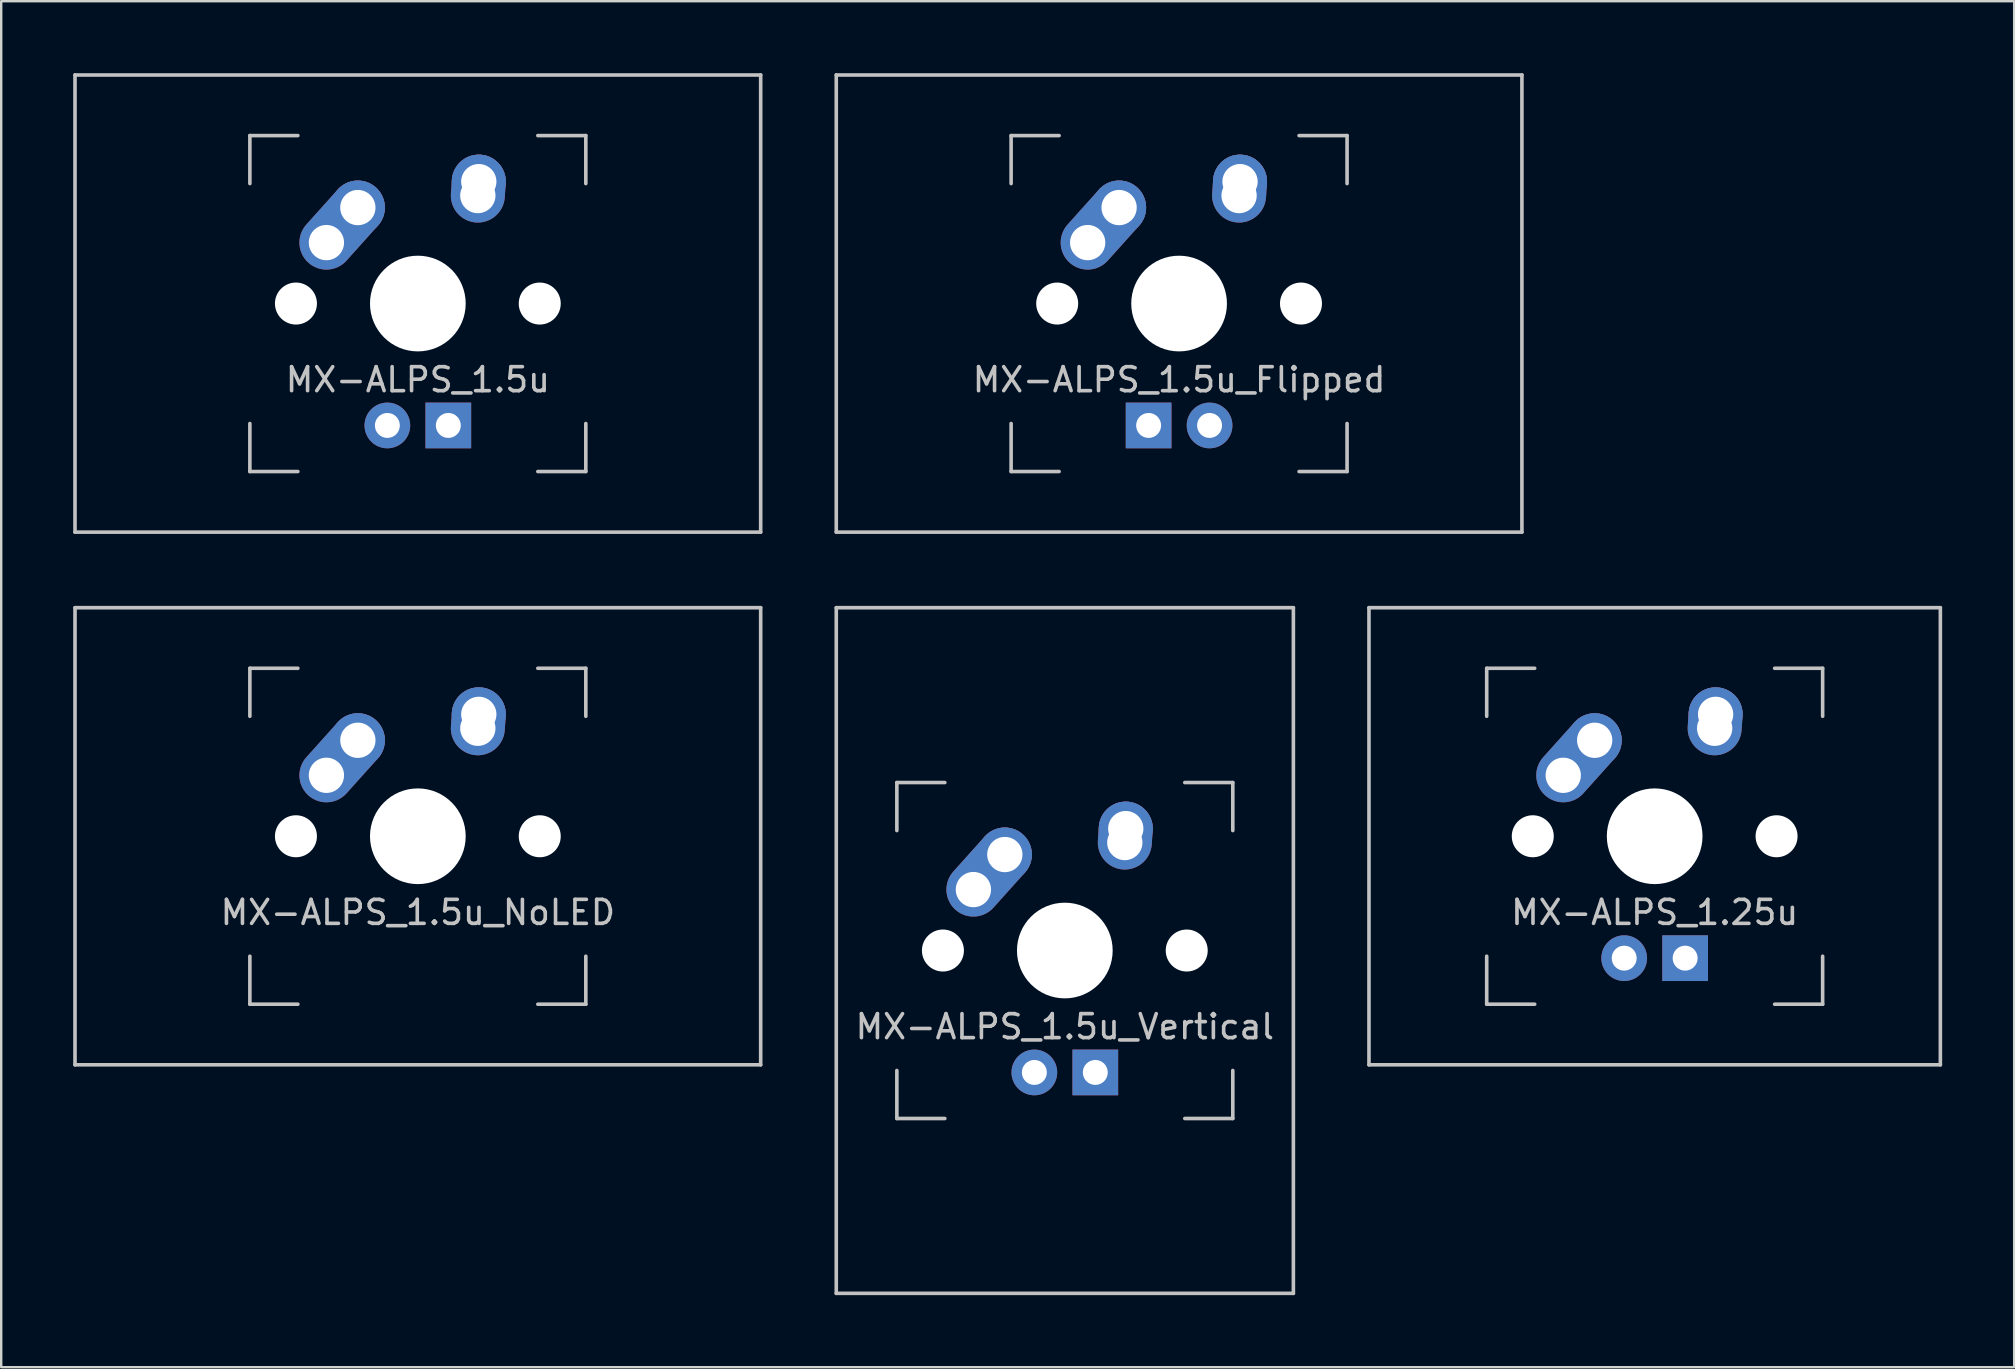
<source format=kicad_pcb>
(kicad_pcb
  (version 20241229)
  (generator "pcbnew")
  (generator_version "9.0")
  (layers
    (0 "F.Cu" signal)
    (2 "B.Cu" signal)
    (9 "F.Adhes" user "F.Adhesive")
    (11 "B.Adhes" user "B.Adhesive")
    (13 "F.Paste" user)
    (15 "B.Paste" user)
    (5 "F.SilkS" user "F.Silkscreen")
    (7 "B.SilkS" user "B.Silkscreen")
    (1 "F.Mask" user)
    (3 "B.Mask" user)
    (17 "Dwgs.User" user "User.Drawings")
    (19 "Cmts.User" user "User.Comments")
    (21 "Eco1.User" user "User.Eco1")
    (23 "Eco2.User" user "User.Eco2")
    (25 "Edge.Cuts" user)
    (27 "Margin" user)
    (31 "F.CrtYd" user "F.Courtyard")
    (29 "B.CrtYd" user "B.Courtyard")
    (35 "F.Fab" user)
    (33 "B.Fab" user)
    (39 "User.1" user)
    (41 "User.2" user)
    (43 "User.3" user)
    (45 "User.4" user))
  (footprint "MX-ALPS_1.5u_Flipped"
    (layer "F.Cu")
    (at 46.087 9.6)
    (property "Reference" "MX-ALPS_1.5u_Flipped" (at 0 3.175 0) (layer "Dwgs.User") (effects (font (size 1 1) (thickness 0.15))))
    (attr through_hole)
    (fp_line (start -14.287 -9.525) (end 14.287 -9.525) (stroke (width 0.15) (type solid)) (layer "Dwgs.User"))
    (fp_line (start -14.287 9.525) (end -14.287 -9.525) (stroke (width 0.15) (type solid)) (layer "Dwgs.User"))
    (fp_line (start -7 -7) (end -7 -5) (stroke (width 0.15) (type solid)) (layer "Dwgs.User"))
    (fp_line (start -7 5) (end -7 7) (stroke (width 0.15) (type solid)) (layer "Dwgs.User"))
    (fp_line (start -7 7) (end -5 7) (stroke (width 0.15) (type solid)) (layer "Dwgs.User"))
    (fp_line (start -5 -7) (end -7 -7) (stroke (width 0.15) (type solid)) (layer "Dwgs.User"))
    (fp_line (start 5 -7) (end 7 -7) (stroke (width 0.15) (type solid)) (layer "Dwgs.User"))
    (fp_line (start 5 7) (end 7 7) (stroke (width 0.15) (type solid)) (layer "Dwgs.User"))
    (fp_line (start 7 -7) (end 7 -5) (stroke (width 0.15) (type solid)) (layer "Dwgs.User"))
    (fp_line (start 7 7) (end 7 5) (stroke (width 0.15) (type solid)) (layer "Dwgs.User"))
    (fp_line (start 14.287 -9.525) (end 14.287 9.525) (stroke (width 0.15) (type solid)) (layer "Dwgs.User"))
    (fp_line (start 14.287 9.525) (end -14.287 9.525) (stroke (width 0.15) (type solid)) (layer "Dwgs.User"))
    (pad "" np_thru_hole circle (at -5.08 0 48.1) (size 1.75 1.75) (drill 1.75) (layers "*.Cu" "*.Mask"))
    (pad "" np_thru_hole circle (at 0 0) (size 3.988 3.988) (drill 3.988) (layers "*.Cu" "*.Mask"))
    (pad "" np_thru_hole circle (at 5.08 0 48.1) (size 1.75 1.75) (drill 1.75) (layers "*.Cu" "*.Mask"))
    (pad "1" thru_hole oval (at -3.81 -2.54 48.1) (size 4.212 2.25) (drill 1.47 (offset 0.981 0)) (layers "*.Cu" "B.Mask"))
    (pad "1" thru_hole circle (at -2.5 -4) (size 2.25 2.25) (drill 1.47) (layers "*.Cu" "B.Mask"))
    (pad "2" thru_hole oval (at 2.5 -4.5 86.055) (size 2.831 2.25) (drill 1.47 (offset 0.291 0)) (layers "*.Cu" "B.Mask"))
    (pad "2" thru_hole circle (at 2.54 -5.08) (size 2.25 2.25) (drill 1.47) (layers "*.Cu" "B.Mask"))
    (pad "3" thru_hole circle (at 1.27 5.08) (size 1.905 1.905) (drill 1.04) (layers "*.Cu" "B.Mask"))
    (pad "4" thru_hole rect (at -1.27 5.08) (size 1.905 1.905) (drill 1.04) (layers "*.Cu" "B.Mask")))
  (footprint "MX-ALPS_1.5u_Vertical"
    (layer "F.Cu")
    (at 41.325 36.562)
    (property "Reference" "MX-ALPS_1.5u_Vertical" (at 0 3.175 0) (layer "Dwgs.User") (effects (font (size 1 1) (thickness 0.15))))
    (attr through_hole)
    (fp_line (start -9.525 -14.287) (end -9.525 14.287) (stroke (width 0.15) (type solid)) (layer "Dwgs.User"))
    (fp_line (start -7 -7) (end -7 -5) (stroke (width 0.15) (type solid)) (layer "Dwgs.User"))
    (fp_line (start -7 5) (end -7 7) (stroke (width 0.15) (type solid)) (layer "Dwgs.User"))
    (fp_line (start -7 7) (end -5 7) (stroke (width 0.15) (type solid)) (layer "Dwgs.User"))
    (fp_line (start -5 -7) (end -7 -7) (stroke (width 0.15) (type solid)) (layer "Dwgs.User"))
    (fp_line (start 5 -7) (end 7 -7) (stroke (width 0.15) (type solid)) (layer "Dwgs.User"))
    (fp_line (start 5 7) (end 7 7) (stroke (width 0.15) (type solid)) (layer "Dwgs.User"))
    (fp_line (start 7 -7) (end 7 -5) (stroke (width 0.15) (type solid)) (layer "Dwgs.User"))
    (fp_line (start 7 7) (end 7 5) (stroke (width 0.15) (type solid)) (layer "Dwgs.User"))
    (fp_line (start 9.525 -14.287) (end -9.525 -14.287) (stroke (width 0.15) (type solid)) (layer "Dwgs.User"))
    (fp_line (start 9.525 -14.287) (end 9.525 14.287) (stroke (width 0.15) (type solid)) (layer "Dwgs.User"))
    (fp_line (start 9.525 14.287) (end -9.525 14.287) (stroke (width 0.15) (type solid)) (layer "Dwgs.User"))
    (pad "" np_thru_hole circle (at -5.08 0 48.1) (size 1.75 1.75) (drill 1.75) (layers "*.Cu" "*.Mask"))
    (pad "" np_thru_hole circle (at 0 0) (size 3.988 3.988) (drill 3.988) (layers "*.Cu" "*.Mask"))
    (pad "" np_thru_hole circle (at 5.08 0 48.1) (size 1.75 1.75) (drill 1.75) (layers "*.Cu" "*.Mask"))
    (pad "1" thru_hole oval (at -3.81 -2.54 48.1) (size 4.212 2.25) (drill 1.47 (offset 0.981 0)) (layers "*.Cu" "B.Mask"))
    (pad "1" thru_hole circle (at -2.5 -4) (size 2.25 2.25) (drill 1.47) (layers "*.Cu" "B.Mask"))
    (pad "2" thru_hole oval (at 2.5 -4.5 86.055) (size 2.831 2.25) (drill 1.47 (offset 0.291 0)) (layers "*.Cu" "B.Mask"))
    (pad "2" thru_hole circle (at 2.54 -5.08) (size 2.25 2.25) (drill 1.47) (layers "*.Cu" "B.Mask"))
    (pad "3" thru_hole circle (at -1.27 5.08) (size 1.905 1.905) (drill 1.04) (layers "*.Cu" "B.Mask"))
    (pad "4" thru_hole rect (at 1.27 5.08) (size 1.905 1.905) (drill 1.04) (layers "*.Cu" "B.Mask")))
  (footprint "MX-ALPS_1.5u_NoLED"
    (layer "F.Cu")
    (at 14.363 31.8)
    (property "Reference" "MX-ALPS_1.5u_NoLED" (at 0 3.175 0) (layer "Dwgs.User") (effects (font (size 1 1) (thickness 0.15))))
    (attr through_hole)
    (fp_line (start -14.287 -9.525) (end 14.287 -9.525) (stroke (width 0.15) (type solid)) (layer "Dwgs.User"))
    (fp_line (start -14.287 9.525) (end -14.287 -9.525) (stroke (width 0.15) (type solid)) (layer "Dwgs.User"))
    (fp_line (start -7 -7) (end -7 -5) (stroke (width 0.15) (type solid)) (layer "Dwgs.User"))
    (fp_line (start -7 5) (end -7 7) (stroke (width 0.15) (type solid)) (layer "Dwgs.User"))
    (fp_line (start -7 7) (end -5 7) (stroke (width 0.15) (type solid)) (layer "Dwgs.User"))
    (fp_line (start -5 -7) (end -7 -7) (stroke (width 0.15) (type solid)) (layer "Dwgs.User"))
    (fp_line (start 5 -7) (end 7 -7) (stroke (width 0.15) (type solid)) (layer "Dwgs.User"))
    (fp_line (start 5 7) (end 7 7) (stroke (width 0.15) (type solid)) (layer "Dwgs.User"))
    (fp_line (start 7 -7) (end 7 -5) (stroke (width 0.15) (type solid)) (layer "Dwgs.User"))
    (fp_line (start 7 7) (end 7 5) (stroke (width 0.15) (type solid)) (layer "Dwgs.User"))
    (fp_line (start 14.287 -9.525) (end 14.287 9.525) (stroke (width 0.15) (type solid)) (layer "Dwgs.User"))
    (fp_line (start 14.287 9.525) (end -14.287 9.525) (stroke (width 0.15) (type solid)) (layer "Dwgs.User"))
    (pad "" np_thru_hole circle (at -5.08 0 48.1) (size 1.75 1.75) (drill 1.75) (layers "*.Cu" "*.Mask"))
    (pad "" np_thru_hole circle (at 0 0) (size 3.988 3.988) (drill 3.988) (layers "*.Cu" "*.Mask"))
    (pad "" np_thru_hole circle (at 5.08 0 48.1) (size 1.75 1.75) (drill 1.75) (layers "*.Cu" "*.Mask"))
    (pad "1" thru_hole oval (at -3.81 -2.54 48.1) (size 4.212 2.25) (drill 1.47 (offset 0.981 0)) (layers "*.Cu" "B.Mask"))
    (pad "1" thru_hole circle (at -2.5 -4) (size 2.25 2.25) (drill 1.47) (layers "*.Cu" "B.Mask"))
    (pad "2" thru_hole oval (at 2.5 -4.5 86.055) (size 2.831 2.25) (drill 1.47 (offset 0.291 0)) (layers "*.Cu" "B.Mask"))
    (pad "2" thru_hole circle (at 2.54 -5.08) (size 2.25 2.25) (drill 1.47) (layers "*.Cu" "B.Mask")))
  (footprint "MX-ALPS_1.5u"
    (layer "F.Cu")
    (at 14.363 9.6)
    (property "Reference" "MX-ALPS_1.5u" (at 0 3.175 0) (layer "Dwgs.User") (effects (font (size 1 1) (thickness 0.15))))
    (attr through_hole)
    (fp_line (start -14.287 -9.525) (end 14.287 -9.525) (stroke (width 0.15) (type solid)) (layer "Dwgs.User"))
    (fp_line (start -14.287 9.525) (end -14.287 -9.525) (stroke (width 0.15) (type solid)) (layer "Dwgs.User"))
    (fp_line (start -7 -7) (end -7 -5) (stroke (width 0.15) (type solid)) (layer "Dwgs.User"))
    (fp_line (start -7 5) (end -7 7) (stroke (width 0.15) (type solid)) (layer "Dwgs.User"))
    (fp_line (start -7 7) (end -5 7) (stroke (width 0.15) (type solid)) (layer "Dwgs.User"))
    (fp_line (start -5 -7) (end -7 -7) (stroke (width 0.15) (type solid)) (layer "Dwgs.User"))
    (fp_line (start 5 -7) (end 7 -7) (stroke (width 0.15) (type solid)) (layer "Dwgs.User"))
    (fp_line (start 5 7) (end 7 7) (stroke (width 0.15) (type solid)) (layer "Dwgs.User"))
    (fp_line (start 7 -7) (end 7 -5) (stroke (width 0.15) (type solid)) (layer "Dwgs.User"))
    (fp_line (start 7 7) (end 7 5) (stroke (width 0.15) (type solid)) (layer "Dwgs.User"))
    (fp_line (start 14.287 -9.525) (end 14.287 9.525) (stroke (width 0.15) (type solid)) (layer "Dwgs.User"))
    (fp_line (start 14.287 9.525) (end -14.287 9.525) (stroke (width 0.15) (type solid)) (layer "Dwgs.User"))
    (pad "" np_thru_hole circle (at -5.08 0 48.1) (size 1.75 1.75) (drill 1.75) (layers "*.Cu" "*.Mask"))
    (pad "" np_thru_hole circle (at 0 0) (size 3.988 3.988) (drill 3.988) (layers "*.Cu" "*.Mask"))
    (pad "" np_thru_hole circle (at 5.08 0 48.1) (size 1.75 1.75) (drill 1.75) (layers "*.Cu" "*.Mask"))
    (pad "1" thru_hole oval (at -3.81 -2.54 48.1) (size 4.212 2.25) (drill 1.47 (offset 0.981 0)) (layers "*.Cu" "B.Mask"))
    (pad "1" thru_hole circle (at -2.5 -4) (size 2.25 2.25) (drill 1.47) (layers "*.Cu" "B.Mask"))
    (pad "2" thru_hole oval (at 2.5 -4.5 86.055) (size 2.831 2.25) (drill 1.47 (offset 0.291 0)) (layers "*.Cu" "B.Mask"))
    (pad "2" thru_hole circle (at 2.54 -5.08) (size 2.25 2.25) (drill 1.47) (layers "*.Cu" "B.Mask"))
    (pad "3" thru_hole circle (at -1.27 5.08) (size 1.905 1.905) (drill 1.04) (layers "*.Cu" "B.Mask"))
    (pad "4" thru_hole rect (at 1.27 5.08) (size 1.905 1.905) (drill 1.04) (layers "*.Cu" "B.Mask")))
  (footprint "MX-ALPS_1.25u"
    (layer "F.Cu")
    (at 65.906 31.8)
    (property "Reference" "MX-ALPS_1.25u" (at 0 3.175 0) (layer "Dwgs.User") (effects (font (size 1 1) (thickness 0.15))))
    (attr through_hole)
    (fp_line (start -11.906 -9.525) (end 11.906 -9.525) (stroke (width 0.15) (type solid)) (layer "Dwgs.User"))
    (fp_line (start -11.906 9.525) (end -11.906 -9.525) (stroke (width 0.15) (type solid)) (layer "Dwgs.User"))
    (fp_line (start -7 -7) (end -7 -5) (stroke (width 0.15) (type solid)) (layer "Dwgs.User"))
    (fp_line (start -7 5) (end -7 7) (stroke (width 0.15) (type solid)) (layer "Dwgs.User"))
    (fp_line (start -7 7) (end -5 7) (stroke (width 0.15) (type solid)) (layer "Dwgs.User"))
    (fp_line (start -5 -7) (end -7 -7) (stroke (width 0.15) (type solid)) (layer "Dwgs.User"))
    (fp_line (start 5 -7) (end 7 -7) (stroke (width 0.15) (type solid)) (layer "Dwgs.User"))
    (fp_line (start 5 7) (end 7 7) (stroke (width 0.15) (type solid)) (layer "Dwgs.User"))
    (fp_line (start 7 -7) (end 7 -5) (stroke (width 0.15) (type solid)) (layer "Dwgs.User"))
    (fp_line (start 7 7) (end 7 5) (stroke (width 0.15) (type solid)) (layer "Dwgs.User"))
    (fp_line (start 11.906 -9.525) (end 11.906 9.525) (stroke (width 0.15) (type solid)) (layer "Dwgs.User"))
    (fp_line (start 11.906 9.525) (end -11.906 9.525) (stroke (width 0.15) (type solid)) (layer "Dwgs.User"))
    (pad "" np_thru_hole circle (at -5.08 0 48.1) (size 1.75 1.75) (drill 1.75) (layers "*.Cu" "*.Mask"))
    (pad "" np_thru_hole circle (at 0 0) (size 3.988 3.988) (drill 3.988) (layers "*.Cu" "*.Mask"))
    (pad "" np_thru_hole circle (at 5.08 0 48.1) (size 1.75 1.75) (drill 1.75) (layers "*.Cu" "*.Mask"))
    (pad "1" thru_hole oval (at -3.81 -2.54 48.1) (size 4.212 2.25) (drill 1.47 (offset 0.981 0)) (layers "*.Cu" "B.Mask"))
    (pad "1" thru_hole circle (at -2.5 -4) (size 2.25 2.25) (drill 1.47) (layers "*.Cu" "B.Mask"))
    (pad "2" thru_hole oval (at 2.5 -4.5 86.055) (size 2.831 2.25) (drill 1.47 (offset 0.291 0)) (layers "*.Cu" "B.Mask"))
    (pad "2" thru_hole circle (at 2.54 -5.08) (size 2.25 2.25) (drill 1.47) (layers "*.Cu" "B.Mask"))
    (pad "3" thru_hole circle (at -1.27 5.08) (size 1.905 1.905) (drill 1.04) (layers "*.Cu" "B.Mask"))
    (pad "4" thru_hole rect (at 1.27 5.08) (size 1.905 1.905) (drill 1.04) (layers "*.Cu" "B.Mask")))
  (gr_rect
    (start -3 -3)
    (end 80.888 53.925)
    (stroke (width 0.1) (type default))
    (fill no)
    (layer "Edge.Cuts")))
</source>
